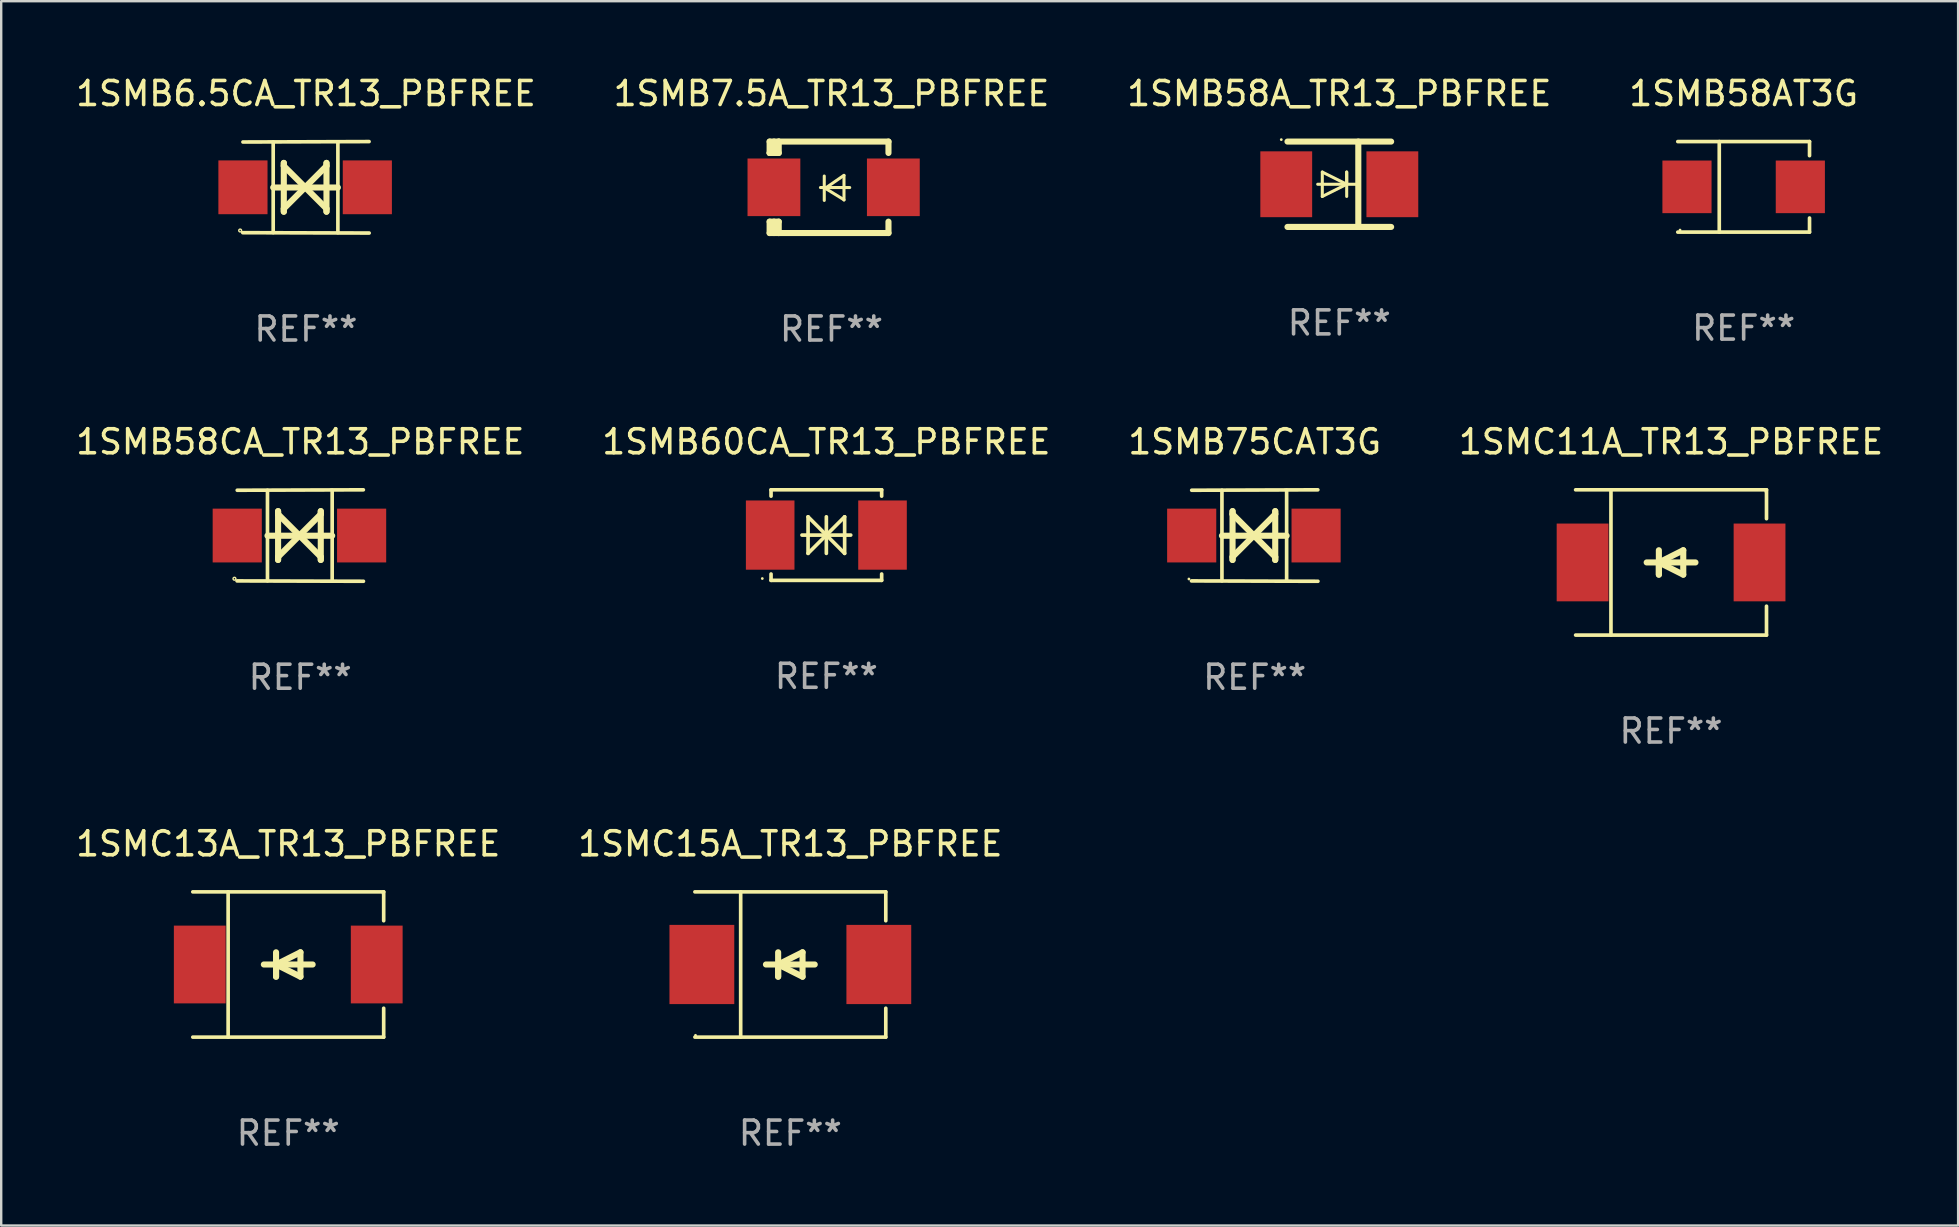
<source format=kicad_pcb>
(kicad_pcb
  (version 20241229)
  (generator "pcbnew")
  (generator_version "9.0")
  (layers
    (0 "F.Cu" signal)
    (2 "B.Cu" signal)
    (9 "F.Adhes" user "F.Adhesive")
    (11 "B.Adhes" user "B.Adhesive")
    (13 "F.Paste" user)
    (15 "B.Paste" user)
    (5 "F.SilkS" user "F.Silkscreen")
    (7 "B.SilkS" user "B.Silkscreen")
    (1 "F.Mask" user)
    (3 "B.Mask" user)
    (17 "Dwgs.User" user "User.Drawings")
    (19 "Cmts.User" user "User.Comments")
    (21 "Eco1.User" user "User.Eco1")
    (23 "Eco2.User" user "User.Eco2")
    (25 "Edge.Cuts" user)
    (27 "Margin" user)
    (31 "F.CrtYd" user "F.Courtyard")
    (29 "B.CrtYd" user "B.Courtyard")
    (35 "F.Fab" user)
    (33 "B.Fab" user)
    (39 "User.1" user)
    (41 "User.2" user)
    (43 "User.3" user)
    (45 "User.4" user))
  (footprint "1SMB7.5A_TR13_PBFREE"
    (layer "F.Cu")
    (at 31.589 4.753)
    (property "Reference" "1SMB7.5A_TR13_PBFREE" (at 0 -3.905 0) (layer "F.SilkS") (effects (font (size 1 1) (thickness 0.15))))
    (attr through_hole)
    (fp_line (start -2.577 -1.905) (end -2.577 -1.431) (stroke (width 0.254) (type solid)) (layer "F.SilkS"))
    (fp_line (start -2.577 1.431) (end -2.577 1.905) (stroke (width 0.254) (type solid)) (layer "F.SilkS"))
    (fp_line (start -2.577 1.431) (end -2.198 1.431) (stroke (width 0.254) (type solid)) (layer "F.SilkS"))
    (fp_line (start -2.577 1.905) (end -2.198 1.905) (stroke (width 0.254) (type solid)) (layer "F.SilkS"))
    (fp_line (start -2.577 -1.431) (end -2.577 -1.431) (stroke (width 0.254) (type solid)) (layer "F.SilkS"))
    (fp_line (start -2.395 -1.431) (end -2.395 -1.905) (stroke (width 0.254) (type solid)) (layer "F.SilkS"))
    (fp_line (start -2.395 1.905) (end -2.395 1.431) (stroke (width 0.254) (type solid)) (layer "F.SilkS"))
    (fp_line (start -2.198 -1.905) (end -2.577 -1.905) (stroke (width 0.254) (type solid)) (layer "F.SilkS"))
    (fp_line (start -2.198 -1.905) (end 2.374 -1.905) (stroke (width 0.254) (type solid)) (layer "F.SilkS"))
    (fp_line (start -2.198 -1.431) (end -2.577 -1.431) (stroke (width 0.254) (type solid)) (layer "F.SilkS"))
    (fp_line (start -2.198 -1.431) (end -2.198 -1.905) (stroke (width 0.254) (type solid)) (layer "F.SilkS"))
    (fp_line (start -2.198 1.905) (end -2.198 1.431) (stroke (width 0.254) (type solid)) (layer "F.SilkS"))
    (fp_line (start -0.46 0.01) (end 0.759 0.01) (stroke (width 0.127) (type solid)) (layer "F.SilkS"))
    (fp_line (start -0.301 -0.47) (end -0.301 0.546) (stroke (width 0.127) (type solid)) (layer "F.SilkS"))
    (fp_line (start -0.262 0.04) (end 0.521 0.52) (stroke (width 0.127) (type solid)) (layer "F.SilkS"))
    (fp_line (start 0.521 -0.5) (end -0.262 0.04) (stroke (width 0.127) (type solid)) (layer "F.SilkS"))
    (fp_line (start 0.521 0.53) (end 0.521 -0.486) (stroke (width 0.127) (type solid)) (layer "F.SilkS"))
    (fp_line (start 2.374 -1.905) (end 2.374 -1.431) (stroke (width 0.254) (type solid)) (layer "F.SilkS"))
    (fp_line (start 2.374 1.431) (end 2.374 1.905) (stroke (width 0.254) (type solid)) (layer "F.SilkS"))
    (fp_line (start 2.374 1.905) (end -2.198 1.905) (stroke (width 0.254) (type solid)) (layer "F.SilkS"))
    (fp_circle (center -2.561 1.8) (end -2.531 1.8) (stroke (width 0.06) (type solid)) (fill no) (layer "F.SilkS"))
    (fp_text user "REF**" (at 0 5.905 0) (layer "F.Fab") (effects (font (size 1 1) (thickness 0.15))))
    (pad "1" smd rect (at -2.398 -0.000025) (size 2.2 2.4) (layers "F.Cu" "F.Mask" "F.Paste"))
    (pad "2" smd rect (at 2.577 -0.000025) (size 2.2 2.4) (layers "F.Cu" "F.Mask" "F.Paste")))
  (footprint "1SMC11A_TR13_PBFREE"
    (layer "F.Cu")
    (at 66.565 20.381)
    (property "Reference" "1SMC11A_TR13_PBFREE" (at 0 -5.026 0) (layer "F.SilkS") (effects (font (size 1 1) (thickness 0.15))))
    (attr through_hole)
    (fp_line (start -3.976 -3.026) (end 3.976 -3.026) (stroke (width 0.152) (type solid)) (layer "F.SilkS"))
    (fp_line (start -3.976 3.026) (end 3.976 3.026) (stroke (width 0.152) (type solid)) (layer "F.SilkS"))
    (fp_line (start -2.504 -3.026) (end -2.504 3.026) (stroke (width 0.152) (type solid)) (layer "F.SilkS"))
    (fp_line (start -0.508 0) (end -0.508 0.508) (stroke (width 0.254) (type solid)) (layer "F.SilkS"))
    (fp_line (start -0.508 0) (end 0.508 0.508) (stroke (width 0.254) (type solid)) (layer "F.SilkS"))
    (fp_line (start -0.508 0.508) (end -0.508 -0.508) (stroke (width 0.254) (type solid)) (layer "F.SilkS"))
    (fp_line (start 0.508 -0.508) (end -0.508 0) (stroke (width 0.254) (type solid)) (layer "F.SilkS"))
    (fp_line (start 0.508 0.508) (end 0.508 -0.508) (stroke (width 0.254) (type solid)) (layer "F.SilkS"))
    (fp_line (start 1.016 0) (end -1.016 0) (stroke (width 0.254) (type solid)) (layer "F.SilkS"))
    (fp_line (start 3.976 -3.026) (end 3.976 -1.823) (stroke (width 0.152) (type solid)) (layer "F.SilkS"))
    (fp_line (start 3.976 3.026) (end 3.976 1.823) (stroke (width 0.152) (type solid)) (layer "F.SilkS"))
    (fp_circle (center 3.95 -2.95) (end 3.98 -2.95) (stroke (width 0.06) (type solid)) (fill no) (layer "F.SilkS"))
    (fp_text user "REF**" (at 0 7.026 0) (layer "F.Fab") (effects (font (size 1 1) (thickness 0.15))))
    (pad "1" smd rect (at 3.686 0 180) (size 2.158 3.24) (layers "F.Cu" "F.Mask" "F.Paste"))
    (pad "2" smd rect (at -3.686 0 180) (size 2.158 3.24) (layers "F.Cu" "F.Mask" "F.Paste")))
  (footprint "1SMB6.5CA_TR13_PBFREE"
    (layer "F.Cu")
    (at 9.696 4.753)
    (property "Reference" "1SMB6.5CA_TR13_PBFREE" (at 0 -3.905 0) (layer "F.SilkS") (effects (font (size 1 1) (thickness 0.15))))
    (attr through_hole)
    (fp_line (start -1.365 1.886) (end -1.365 -1.886) (stroke (width 0.152) (type solid)) (layer "F.SilkS"))
    (fp_line (start -1.365 0.008) (end 1.33 0.008) (stroke (width 0.254) (type solid)) (layer "F.SilkS"))
    (fp_line (start -0.923 -1.016) (end -0.923 1.016) (stroke (width 0.254) (type solid)) (layer "F.SilkS"))
    (fp_line (start -0.923 -0.889) (end -0.923 -1.016) (stroke (width 0.254) (type solid)) (layer "F.SilkS"))
    (fp_line (start -0.923 0.889) (end -0.034 0) (stroke (width 0.254) (type solid)) (layer "F.SilkS"))
    (fp_line (start -0.923 1.016) (end -0.923 0.889) (stroke (width 0.254) (type solid)) (layer "F.SilkS"))
    (fp_line (start -0.034 0) (end -0.923 -0.889) (stroke (width 0.254) (type solid)) (layer "F.SilkS"))
    (fp_line (start -0.034 0) (end 0.855 0.889) (stroke (width 0.254) (type solid)) (layer "F.SilkS"))
    (fp_line (start 0.855 -1.016) (end 0.855 -0.889) (stroke (width 0.254) (type solid)) (layer "F.SilkS"))
    (fp_line (start 0.855 -0.889) (end -0.034 0) (stroke (width 0.254) (type solid)) (layer "F.SilkS"))
    (fp_line (start 0.855 0.889) (end 0.855 1.016) (stroke (width 0.254) (type solid)) (layer "F.SilkS"))
    (fp_line (start 0.855 1.016) (end 0.855 -1.016) (stroke (width 0.254) (type solid)) (layer "F.SilkS"))
    (fp_line (start 1.33 1.886) (end 1.33 -1.886) (stroke (width 0.152) (type solid)) (layer "F.SilkS"))
    (fp_line (start 2.629 -1.905) (end -2.625 -1.887) (stroke (width 0.152) (type solid)) (layer "F.SilkS"))
    (fp_line (start 2.633 1.905) (end -2.633 1.89) (stroke (width 0.152) (type solid)) (layer "F.SilkS"))
    (fp_circle (center -2.741 1.8) (end -2.712 1.8) (stroke (width 0.06) (type solid)) (fill no) (layer "F.SilkS"))
    (fp_text user "REF**" (at 0 5.905 0) (layer "F.Fab") (effects (font (size 1 1) (thickness 0.15))))
    (pad "1" smd rect (at -2.625 0) (size 2.047 2.241) (layers "F.Cu" "F.Mask" "F.Paste"))
    (pad "2" smd rect (at 2.557 0) (size 2.047 2.241) (layers "F.Cu" "F.Mask" "F.Paste")))
  (footprint "1SMB58CA_TR13_PBFREE"
    (layer "F.Cu")
    (at 9.458 19.26)
    (property "Reference" "1SMB58CA_TR13_PBFREE" (at 0 -3.905 0) (layer "F.SilkS") (effects (font (size 1 1) (thickness 0.15))))
    (attr through_hole)
    (fp_line (start -1.365 1.886) (end -1.365 -1.886) (stroke (width 0.152) (type solid)) (layer "F.SilkS"))
    (fp_line (start -1.365 0.008) (end 1.33 0.008) (stroke (width 0.254) (type solid)) (layer "F.SilkS"))
    (fp_line (start -0.923 -1.016) (end -0.923 1.016) (stroke (width 0.254) (type solid)) (layer "F.SilkS"))
    (fp_line (start -0.923 -0.889) (end -0.923 -1.016) (stroke (width 0.254) (type solid)) (layer "F.SilkS"))
    (fp_line (start -0.923 0.889) (end -0.034 0) (stroke (width 0.254) (type solid)) (layer "F.SilkS"))
    (fp_line (start -0.923 1.016) (end -0.923 0.889) (stroke (width 0.254) (type solid)) (layer "F.SilkS"))
    (fp_line (start -0.034 0) (end -0.923 -0.889) (stroke (width 0.254) (type solid)) (layer "F.SilkS"))
    (fp_line (start -0.034 0) (end 0.855 0.889) (stroke (width 0.254) (type solid)) (layer "F.SilkS"))
    (fp_line (start 0.855 -1.016) (end 0.855 -0.889) (stroke (width 0.254) (type solid)) (layer "F.SilkS"))
    (fp_line (start 0.855 -0.889) (end -0.034 0) (stroke (width 0.254) (type solid)) (layer "F.SilkS"))
    (fp_line (start 0.855 0.889) (end 0.855 1.016) (stroke (width 0.254) (type solid)) (layer "F.SilkS"))
    (fp_line (start 0.855 1.016) (end 0.855 -1.016) (stroke (width 0.254) (type solid)) (layer "F.SilkS"))
    (fp_line (start 1.33 1.886) (end 1.33 -1.886) (stroke (width 0.152) (type solid)) (layer "F.SilkS"))
    (fp_line (start 2.629 -1.905) (end -2.625 -1.887) (stroke (width 0.152) (type solid)) (layer "F.SilkS"))
    (fp_line (start 2.633 1.905) (end -2.633 1.89) (stroke (width 0.152) (type solid)) (layer "F.SilkS"))
    (fp_circle (center -2.741 1.8) (end -2.712 1.8) (stroke (width 0.06) (type solid)) (fill no) (layer "F.SilkS"))
    (fp_text user "REF**" (at 0 5.905 0) (layer "F.Fab") (effects (font (size 1 1) (thickness 0.15))))
    (pad "1" smd rect (at -2.625 0) (size 2.047 2.241) (layers "F.Cu" "F.Mask" "F.Paste"))
    (pad "2" smd rect (at 2.557 0) (size 2.047 2.241) (layers "F.Cu" "F.Mask" "F.Paste")))
  (footprint "1SMB75CAT3G"
    (layer "F.Cu")
    (at 49.22 19.26)
    (property "Reference" "1SMB75CAT3G" (at 0 -3.905 0) (layer "F.SilkS") (effects (font (size 1 1) (thickness 0.15))))
    (attr through_hole)
    (fp_line (start -1.365 1.886) (end -1.365 -1.886) (stroke (width 0.152) (type solid)) (layer "F.SilkS"))
    (fp_line (start -1.365 0.008) (end 1.33 0.008) (stroke (width 0.254) (type solid)) (layer "F.SilkS"))
    (fp_line (start -0.923 -1.016) (end -0.923 1.016) (stroke (width 0.254) (type solid)) (layer "F.SilkS"))
    (fp_line (start -0.923 -0.889) (end -0.923 -1.016) (stroke (width 0.254) (type solid)) (layer "F.SilkS"))
    (fp_line (start -0.923 0.889) (end -0.034 0) (stroke (width 0.254) (type solid)) (layer "F.SilkS"))
    (fp_line (start -0.923 1.016) (end -0.923 0.889) (stroke (width 0.254) (type solid)) (layer "F.SilkS"))
    (fp_line (start -0.034 0) (end -0.923 -0.889) (stroke (width 0.254) (type solid)) (layer "F.SilkS"))
    (fp_line (start -0.034 0) (end 0.855 0.889) (stroke (width 0.254) (type solid)) (layer "F.SilkS"))
    (fp_line (start 0.855 -1.016) (end 0.855 -0.889) (stroke (width 0.254) (type solid)) (layer "F.SilkS"))
    (fp_line (start 0.855 -0.889) (end -0.034 0) (stroke (width 0.254) (type solid)) (layer "F.SilkS"))
    (fp_line (start 0.855 0.889) (end 0.855 1.016) (stroke (width 0.254) (type solid)) (layer "F.SilkS"))
    (fp_line (start 0.855 1.016) (end 0.855 -1.016) (stroke (width 0.254) (type solid)) (layer "F.SilkS"))
    (fp_line (start 1.33 1.886) (end 1.33 -1.886) (stroke (width 0.152) (type solid)) (layer "F.SilkS"))
    (fp_line (start 2.629 -1.905) (end -2.625 -1.887) (stroke (width 0.152) (type solid)) (layer "F.SilkS"))
    (fp_line (start 2.633 1.905) (end -2.633 1.89) (stroke (width 0.152) (type solid)) (layer "F.SilkS"))
    (fp_circle (center -2.741 1.81) (end -2.711 1.81) (stroke (width 0.06) (type solid)) (fill no) (layer "F.SilkS"))
    (fp_text user "REF**" (at 0 5.905 0) (layer "F.Fab") (effects (font (size 1 1) (thickness 0.15))))
    (pad "1" smd rect (at -2.625 0) (size 2.047 2.241) (layers "F.Cu" "F.Mask" "F.Paste"))
    (pad "2" smd rect (at 2.557 0) (size 2.047 2.241) (layers "F.Cu" "F.Mask" "F.Paste")))
  (footprint "1SMB58A_TR13_PBFREE"
    (layer "F.Cu")
    (at 52.744 4.626)
    (property "Reference" "1SMB58A_TR13_PBFREE" (at 0 -3.778 0) (layer "F.SilkS") (effects (font (size 1 1) (thickness 0.15))))
    (attr through_hole)
    (fp_line (start -2.159 -1.778) (end 2.159 -1.778) (stroke (width 0.254) (type solid)) (layer "F.SilkS"))
    (fp_line (start -0.9 0) (end 0.816 0) (stroke (width 0.127) (type solid)) (layer "F.SilkS"))
    (fp_line (start -0.708 -0.508) (end -0.708 0.508) (stroke (width 0.127) (type solid)) (layer "F.SilkS"))
    (fp_line (start -0.708 0.508) (end 0.308 0) (stroke (width 0.127) (type solid)) (layer "F.SilkS"))
    (fp_line (start 0.308 -0.508) (end 0.308 0.508) (stroke (width 0.127) (type solid)) (layer "F.SilkS"))
    (fp_line (start 0.308 0) (end -0.708 -0.508) (stroke (width 0.127) (type solid)) (layer "F.SilkS"))
    (fp_line (start 0.308 0) (end 0.308 -0.508) (stroke (width 0.127) (type solid)) (layer "F.SilkS"))
    (fp_line (start 0.792 -1.778) (end 0.792 1.778) (stroke (width 0.254) (type solid)) (layer "F.SilkS"))
    (fp_line (start 2.159 1.778) (end -2.159 1.778) (stroke (width 0.254) (type solid)) (layer "F.SilkS"))
    (fp_circle (center -2.417 -1.859) (end -2.387 -1.859) (stroke (width 0.06) (type solid)) (fill no) (layer "F.SilkS"))
    (fp_text user "REF**" (at 0 5.778 0) (layer "F.Fab") (effects (font (size 1 1) (thickness 0.15))))
    (pad "1" smd rect (at -2.21 0) (size 2.159 2.743) (layers "F.Cu" "F.Mask" "F.Paste"))
    (pad "2" smd rect (at 2.21 0) (size 2.159 2.743) (layers "F.Cu" "F.Mask" "F.Paste")))
  (footprint "1SMC13A_TR13_PBFREE"
    (layer "F.Cu")
    (at 8.958 37.13)
    (property "Reference" "1SMC13A_TR13_PBFREE" (at 0 -5.026 0) (layer "F.SilkS") (effects (font (size 1 1) (thickness 0.15))))
    (attr through_hole)
    (fp_line (start -3.976 -3.026) (end 3.976 -3.026) (stroke (width 0.152) (type solid)) (layer "F.SilkS"))
    (fp_line (start -3.976 3.026) (end 3.976 3.026) (stroke (width 0.152) (type solid)) (layer "F.SilkS"))
    (fp_line (start -2.504 -3.026) (end -2.504 3.026) (stroke (width 0.152) (type solid)) (layer "F.SilkS"))
    (fp_line (start -0.508 0) (end -0.508 0.508) (stroke (width 0.254) (type solid)) (layer "F.SilkS"))
    (fp_line (start -0.508 0) (end 0.508 0.508) (stroke (width 0.254) (type solid)) (layer "F.SilkS"))
    (fp_line (start -0.508 0.508) (end -0.508 -0.508) (stroke (width 0.254) (type solid)) (layer "F.SilkS"))
    (fp_line (start 0.508 -0.508) (end -0.508 0) (stroke (width 0.254) (type solid)) (layer "F.SilkS"))
    (fp_line (start 0.508 0.508) (end 0.508 -0.508) (stroke (width 0.254) (type solid)) (layer "F.SilkS"))
    (fp_line (start 1.016 0) (end -1.016 0) (stroke (width 0.254) (type solid)) (layer "F.SilkS"))
    (fp_line (start 3.976 -3.026) (end 3.976 -1.823) (stroke (width 0.152) (type solid)) (layer "F.SilkS"))
    (fp_line (start 3.976 3.026) (end 3.976 1.823) (stroke (width 0.152) (type solid)) (layer "F.SilkS"))
    (fp_circle (center 3.95 -2.95) (end 3.98 -2.95) (stroke (width 0.06) (type solid)) (fill no) (layer "F.SilkS"))
    (fp_text user "REF**" (at 0 7.026 0) (layer "F.Fab") (effects (font (size 1 1) (thickness 0.15))))
    (pad "1" smd rect (at 3.686 0 180) (size 2.158 3.24) (layers "F.Cu" "F.Mask" "F.Paste"))
    (pad "2" smd rect (at -3.686 0 180) (size 2.158 3.24) (layers "F.Cu" "F.Mask" "F.Paste")))
  (footprint "1SMB60CA_TR13_PBFREE"
    (layer "F.Cu")
    (at 31.375 19.241)
    (property "Reference" "1SMB60CA_TR13_PBFREE" (at 0 -3.886 0) (layer "F.SilkS") (effects (font (size 1 1) (thickness 0.15))))
    (attr through_hole)
    (fp_line (start -2.304 -1.886) (end -2.304 -1.622) (stroke (width 0.152) (type solid)) (layer "F.SilkS"))
    (fp_line (start -2.304 -1.886) (end 2.304 -1.886) (stroke (width 0.152) (type solid)) (layer "F.SilkS"))
    (fp_line (start -2.304 1.622) (end -2.304 1.886) (stroke (width 0.152) (type solid)) (layer "F.SilkS"))
    (fp_line (start -2.304 1.886) (end 2.304 1.886) (stroke (width 0.152) (type solid)) (layer "F.SilkS"))
    (fp_line (start -1.016 0) (end 1.016 0) (stroke (width 0.152) (type solid)) (layer "F.SilkS"))
    (fp_line (start -0.762 -0.762) (end -0.762 0.762) (stroke (width 0.152) (type solid)) (layer "F.SilkS"))
    (fp_line (start -0.762 0.762) (end 0 0) (stroke (width 0.152) (type solid)) (layer "F.SilkS"))
    (fp_line (start 0 -0.762) (end 0 0.762) (stroke (width 0.152) (type solid)) (layer "F.SilkS"))
    (fp_line (start 0 0) (end -0.762 -0.762) (stroke (width 0.152) (type solid)) (layer "F.SilkS"))
    (fp_line (start 0 0) (end 0.762 0.762) (stroke (width 0.152) (type solid)) (layer "F.SilkS"))
    (fp_line (start 0.762 -0.762) (end 0 0) (stroke (width 0.152) (type solid)) (layer "F.SilkS"))
    (fp_line (start 0.762 0.762) (end 0.762 -0.762) (stroke (width 0.152) (type solid)) (layer "F.SilkS"))
    (fp_line (start 2.304 -1.886) (end 2.304 -1.622) (stroke (width 0.152) (type solid)) (layer "F.SilkS"))
    (fp_line (start 2.304 1.622) (end 2.304 1.886) (stroke (width 0.152) (type solid)) (layer "F.SilkS"))
    (fp_circle (center -2.668 1.81) (end -2.638 1.81) (stroke (width 0.06) (type solid)) (fill no) (layer "F.SilkS"))
    (fp_text user "REF**" (at 0 5.886 0) (layer "F.Fab") (effects (font (size 1 1) (thickness 0.15))))
    (pad "1" smd rect (at -2.34 0) (size 2.024 2.884) (layers "F.Cu" "F.Mask" "F.Paste"))
    (pad "2" smd rect (at 2.34 0) (size 2.024 2.884) (layers "F.Cu" "F.Mask" "F.Paste")))
  (footprint "1SMB58AT3G"
    (layer "F.Cu")
    (at 69.589 4.734)
    (property "Reference" "1SMB58AT3G" (at 0 -3.886 0) (layer "F.SilkS") (effects (font (size 1 1) (thickness 0.15))))
    (attr through_hole)
    (fp_line (start -2.744 -1.886) (end 2.744 -1.886) (stroke (width 0.152) (type solid)) (layer "F.SilkS"))
    (fp_line (start -2.744 1.886) (end 2.744 1.886) (stroke (width 0.152) (type solid)) (layer "F.SilkS"))
    (fp_line (start -1.016 -1.886) (end -1.016 1.886) (stroke (width 0.152) (type solid)) (layer "F.SilkS"))
    (fp_line (start 2.744 -1.886) (end 2.744 -1.299) (stroke (width 0.152) (type solid)) (layer "F.SilkS"))
    (fp_line (start 2.744 1.886) (end 2.744 1.299) (stroke (width 0.152) (type solid)) (layer "F.SilkS"))
    (fp_circle (center -2.65 1.8) (end -2.62 1.8) (stroke (width 0.06) (type solid)) (fill no) (layer "F.SilkS"))
    (fp_text user "REF**" (at 0 5.886 0) (layer "F.Fab") (effects (font (size 1 1) (thickness 0.15))))
    (pad "1" smd rect (at -2.361 0) (size 2.047 2.192) (layers "F.Cu" "F.Mask" "F.Paste"))
    (pad "2" smd rect (at 2.361 0) (size 2.047 2.192) (layers "F.Cu" "F.Mask" "F.Paste")))
  (footprint "1SMC15A_TR13_PBFREE"
    (layer "F.Cu")
    (at 29.875 37.13)
    (property "Reference" "1SMC15A_TR13_PBFREE" (at 0 -5.026 0) (layer "F.SilkS") (effects (font (size 1 1) (thickness 0.15))))
    (attr through_hole)
    (fp_line (start -3.976 -3.026) (end 3.976 -3.026) (stroke (width 0.152) (type solid)) (layer "F.SilkS"))
    (fp_line (start -3.976 3.026) (end 3.976 3.026) (stroke (width 0.152) (type solid)) (layer "F.SilkS"))
    (fp_line (start -2.069 -3.026) (end -2.069 3.026) (stroke (width 0.152) (type solid)) (layer "F.SilkS"))
    (fp_line (start -0.508 0) (end -0.508 0.508) (stroke (width 0.254) (type solid)) (layer "F.SilkS"))
    (fp_line (start -0.508 0) (end 0.508 0.508) (stroke (width 0.254) (type solid)) (layer "F.SilkS"))
    (fp_line (start -0.508 0.508) (end -0.508 -0.508) (stroke (width 0.254) (type solid)) (layer "F.SilkS"))
    (fp_line (start 0.508 -0.508) (end -0.508 0) (stroke (width 0.254) (type solid)) (layer "F.SilkS"))
    (fp_line (start 0.508 0.508) (end 0.508 -0.508) (stroke (width 0.254) (type solid)) (layer "F.SilkS"))
    (fp_line (start 1.016 0) (end -1.016 0) (stroke (width 0.254) (type solid)) (layer "F.SilkS"))
    (fp_line (start 3.976 -3.026) (end 3.976 -1.823) (stroke (width 0.152) (type solid)) (layer "F.SilkS"))
    (fp_line (start 3.976 3.026) (end 3.976 1.823) (stroke (width 0.152) (type solid)) (layer "F.SilkS"))
    (fp_circle (center -3.95 2.95) (end -3.92 2.95) (stroke (width 0.06) (type solid)) (fill no) (layer "F.SilkS"))
    (fp_text user "REF**" (at 0 7.026 0) (layer "F.Fab") (effects (font (size 1 1) (thickness 0.15))))
    (pad "1" smd rect (at -3.686 0) (size 2.7 3.3) (layers "F.Cu" "F.Mask" "F.Paste"))
    (pad "2" smd rect (at 3.686 0) (size 2.7 3.3) (layers "F.Cu" "F.Mask" "F.Paste")))
  (gr_rect
    (start -3 -3)
    (end 78.524 48.004)
    (stroke (width 0.1) (type default))
    (fill no)
    (layer "Edge.Cuts")))
</source>
